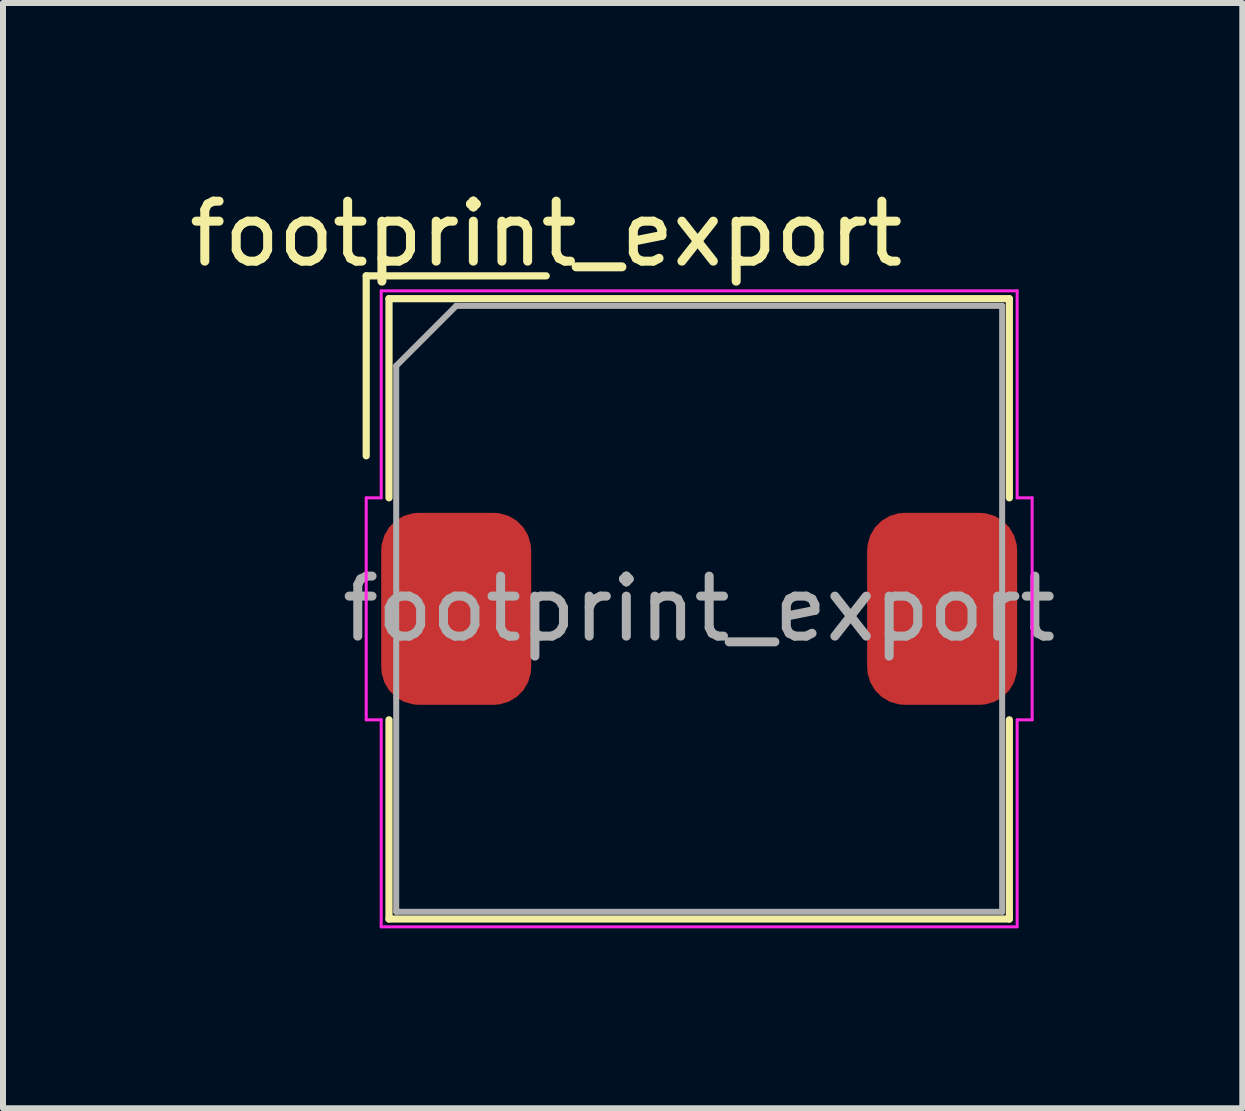
<source format=kicad_pcb>
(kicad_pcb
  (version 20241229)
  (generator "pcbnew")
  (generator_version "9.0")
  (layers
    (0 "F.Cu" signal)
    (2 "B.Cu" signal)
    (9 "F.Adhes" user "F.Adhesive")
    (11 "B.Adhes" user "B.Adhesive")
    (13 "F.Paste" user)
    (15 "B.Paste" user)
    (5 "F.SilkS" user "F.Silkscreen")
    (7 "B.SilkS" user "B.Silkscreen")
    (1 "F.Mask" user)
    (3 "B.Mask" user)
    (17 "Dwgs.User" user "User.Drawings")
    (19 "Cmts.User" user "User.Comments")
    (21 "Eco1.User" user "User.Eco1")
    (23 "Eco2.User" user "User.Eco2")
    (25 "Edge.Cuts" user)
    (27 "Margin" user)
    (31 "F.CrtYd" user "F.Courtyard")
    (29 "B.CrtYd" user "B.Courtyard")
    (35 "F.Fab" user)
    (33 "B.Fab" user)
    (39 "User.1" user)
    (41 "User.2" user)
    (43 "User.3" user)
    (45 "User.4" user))
  (footprint "footprint_export"
    (layer "F.Cu")
    (at 8.604 7.098)
    (property "Reference" "footprint_export" (at -2.55 -6.25 0) (layer "F.SilkS") (effects (font (size 1 1) (thickness 0.15))))
    (attr smd)
    (fp_line (start -5.55 -5.55) (end -2.55 -5.55) (stroke (width 0.12) (type solid)) (layer "F.SilkS"))
    (fp_line (start -5.55 -2.55) (end -5.55 -5.55) (stroke (width 0.12) (type solid)) (layer "F.SilkS"))
    (fp_line (start -5.17 -5.17) (end -5.17 -1.85) (stroke (width 0.12) (type solid)) (layer "F.SilkS"))
    (fp_line (start -5.17 -5.17) (end 5.17 -5.17) (stroke (width 0.12) (type solid)) (layer "F.SilkS"))
    (fp_line (start -5.17 1.85) (end -5.17 5.17) (stroke (width 0.12) (type solid)) (layer "F.SilkS"))
    (fp_line (start -5.17 5.17) (end 5.17 5.17) (stroke (width 0.12) (type solid)) (layer "F.SilkS"))
    (fp_line (start 5.17 -5.17) (end 5.17 -1.85) (stroke (width 0.12) (type solid)) (layer "F.SilkS"))
    (fp_line (start 5.17 1.85) (end 5.17 5.17) (stroke (width 0.12) (type solid)) (layer "F.SilkS"))
    (fp_line (start -5.55 -1.85) (end -5.55 1.85) (stroke (width 0.05) (type solid)) (layer "F.CrtYd"))
    (fp_line (start -5.55 1.85) (end -5.3 1.85) (stroke (width 0.05) (type solid)) (layer "F.CrtYd"))
    (fp_line (start -5.3 -5.3) (end -5.3 -1.85) (stroke (width 0.05) (type solid)) (layer "F.CrtYd"))
    (fp_line (start -5.3 -5.3) (end 5.3 -5.3) (stroke (width 0.05) (type solid)) (layer "F.CrtYd"))
    (fp_line (start -5.3 -1.85) (end -5.55 -1.85) (stroke (width 0.05) (type solid)) (layer "F.CrtYd"))
    (fp_line (start -5.3 1.85) (end -5.3 5.3) (stroke (width 0.05) (type solid)) (layer "F.CrtYd"))
    (fp_line (start -5.3 5.3) (end 5.3 5.3) (stroke (width 0.05) (type solid)) (layer "F.CrtYd"))
    (fp_line (start 5.3 -5.3) (end 5.3 -1.85) (stroke (width 0.05) (type solid)) (layer "F.CrtYd"))
    (fp_line (start 5.3 -1.85) (end 5.55 -1.85) (stroke (width 0.05) (type solid)) (layer "F.CrtYd"))
    (fp_line (start 5.3 1.85) (end 5.3 5.3) (stroke (width 0.05) (type solid)) (layer "F.CrtYd"))
    (fp_line (start 5.55 -1.85) (end 5.55 1.85) (stroke (width 0.05) (type solid)) (layer "F.CrtYd"))
    (fp_line (start 5.55 1.85) (end 5.3 1.85) (stroke (width 0.05) (type solid)) (layer "F.CrtYd"))
    (fp_line (start -5.05 -4.05) (end -4.05 -5.05) (stroke (width 0.1) (type solid)) (layer "F.Fab"))
    (fp_line (start -5.05 5.05) (end -5.05 -4.05) (stroke (width 0.1) (type solid)) (layer "F.Fab"))
    (fp_line (start -4.05 -5.05) (end 5.05 -5.05) (stroke (width 0.1) (type solid)) (layer "F.Fab"))
    (fp_line (start 5.05 -5.05) (end 5.05 5.05) (stroke (width 0.1) (type solid)) (layer "F.Fab"))
    (fp_line (start 5.05 5.05) (end -5.05 5.05) (stroke (width 0.1) (type solid)) (layer "F.Fab"))
    (fp_text user "${REFERENCE}" (at 0 0 0) (layer "F.Fab") (effects (font (size 1 1) (thickness 0.15))))
    (pad "1" smd roundrect (at -4.05 0) (size 2.5 3.2) (layers "F.Cu" "F.Mask" "F.Paste") (roundrect_rratio 0.25))
    (pad "2" smd roundrect (at 4.05 0) (size 2.5 3.2) (layers "F.Cu" "F.Mask" "F.Paste") (roundrect_rratio 0.25)))
  (gr_rect
    (start -3 -3)
    (end 17.657 15.423)
    (stroke (width 0.1) (type default))
    (fill no)
    (layer "Edge.Cuts")))
</source>
